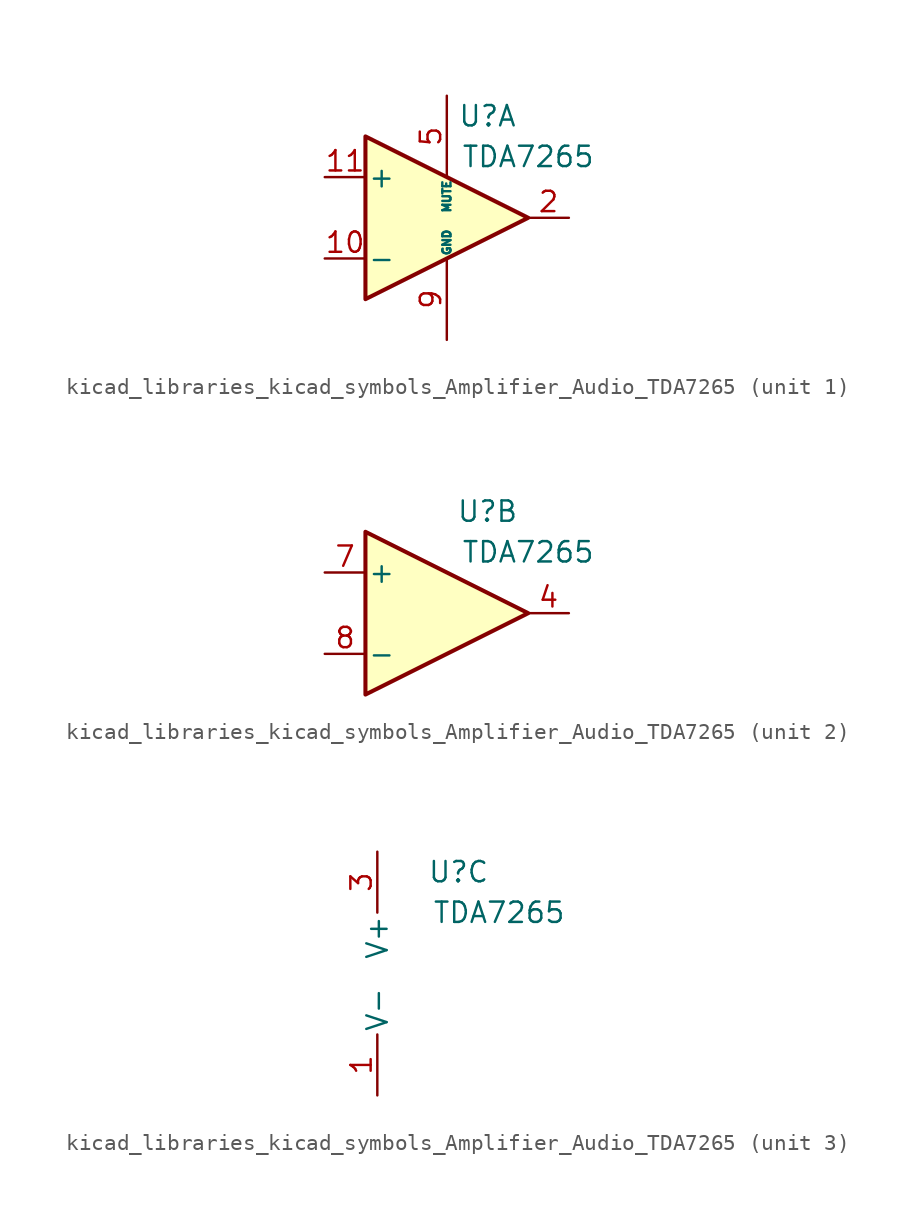
<source format=kicad_sym>
(kicad_symbol_lib
  (version 20220914)
  (generator kicad_symbol_editor)
  (symbol "kicad_libraries_kicad_symbols_Amplifier_Audio_TDA7265"
    (pin_names
      (offset 0.127))
    (property "Reference" "U"
      (at 2.54 6.35 0)
      (effects (font (size 1.27 1.27))))
    (property "Value" "TDA7265"
      (at 5.08 3.81 0)
      (effects (font (size 1.27 1.27))))
    (property "ki_locked" ""
      (at 0 0 0)
      (effects (font (size 1.27 1.27))))
    (symbol "kicad_libraries_kicad_symbols_Amplifier_Audio_TDA7265_1_1"
      (polyline (pts (xy 5.08 0) (xy -5.08 5.08) (xy -5.08 -5.08) (xy 5.08 0)) (stroke (width 0.254) (type default)) (fill (type background)))
      (pin input line (at -7.62 -2.54 0) (length 2.54) (name "-" (effects (font (size 1.27 1.27)))) (number "10" (effects (font (size 1.27 1.27)))))
      (pin input line (at -7.62 2.54 0) (length 2.54) (name "+" (effects (font (size 1.27 1.27)))) (number "11" (effects (font (size 1.27 1.27)))))
      (pin output line (at 7.62 0 180) (length 2.54) (name "~" (effects (font (size 1.27 1.27)))) (number "2" (effects (font (size 1.27 1.27)))))
      (pin input line (at 0 7.62 270) (length 5.08) (name "MUTE" (effects (font (size 0.508 0.508)))) (number "5" (effects (font (size 1.27 1.27)))))
      (pin power_in line (at 0 -7.62 90) (length 5.08) (name "GND" (effects (font (size 0.508 0.508)))) (number "9" (effects (font (size 1.27 1.27))))))
    (symbol "kicad_libraries_kicad_symbols_Amplifier_Audio_TDA7265_2_1"
      (polyline (pts (xy 5.08 0) (xy -5.08 5.08) (xy -5.08 -5.08) (xy 5.08 0)) (stroke (width 0.254) (type default)) (fill (type background)))
      (pin output line (at 7.62 0 180) (length 2.54) (name "~" (effects (font (size 1.27 1.27)))) (number "4" (effects (font (size 1.27 1.27)))))
      (pin input line (at -7.62 2.54 0) (length 2.54) (name "+" (effects (font (size 1.27 1.27)))) (number "7" (effects (font (size 1.27 1.27)))))
      (pin input line (at -7.62 -2.54 0) (length 2.54) (name "-" (effects (font (size 1.27 1.27)))) (number "8" (effects (font (size 1.27 1.27))))))
    (symbol "kicad_libraries_kicad_symbols_Amplifier_Audio_TDA7265_3_1"
      (pin power_in line (at -2.54 -7.62 90) (length 3.81) (name "V-" (effects (font (size 1.27 1.27)))) (number "1" (effects (font (size 1.27 1.27)))))
      (pin power_in line (at -2.54 7.62 270) (length 3.81) (name "V+" (effects (font (size 1.27 1.27)))) (number "3" (effects (font (size 1.27 1.27)))))
      (pin passive line (at -2.54 -7.62 90) (length 3.81) hide (name "V-" (effects (font (size 1.27 1.27)))) (number "6" (effects (font (size 1.27 1.27))))))))
</source>
